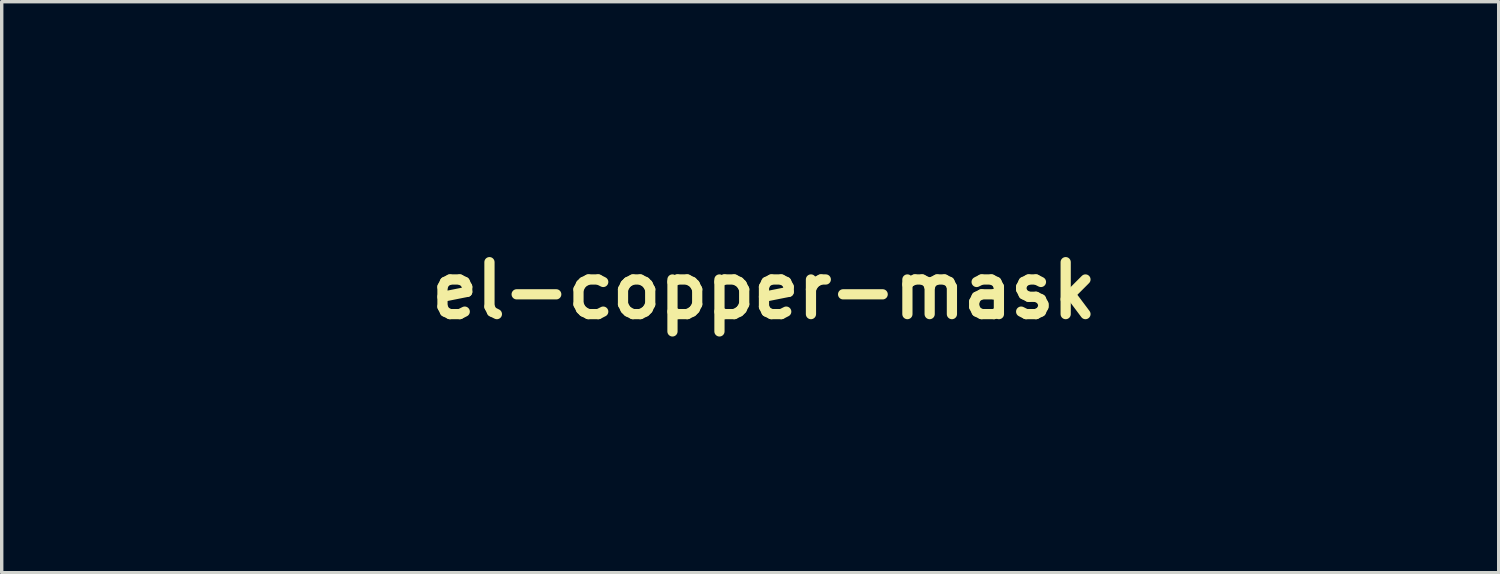
<source format=kicad_pcb>
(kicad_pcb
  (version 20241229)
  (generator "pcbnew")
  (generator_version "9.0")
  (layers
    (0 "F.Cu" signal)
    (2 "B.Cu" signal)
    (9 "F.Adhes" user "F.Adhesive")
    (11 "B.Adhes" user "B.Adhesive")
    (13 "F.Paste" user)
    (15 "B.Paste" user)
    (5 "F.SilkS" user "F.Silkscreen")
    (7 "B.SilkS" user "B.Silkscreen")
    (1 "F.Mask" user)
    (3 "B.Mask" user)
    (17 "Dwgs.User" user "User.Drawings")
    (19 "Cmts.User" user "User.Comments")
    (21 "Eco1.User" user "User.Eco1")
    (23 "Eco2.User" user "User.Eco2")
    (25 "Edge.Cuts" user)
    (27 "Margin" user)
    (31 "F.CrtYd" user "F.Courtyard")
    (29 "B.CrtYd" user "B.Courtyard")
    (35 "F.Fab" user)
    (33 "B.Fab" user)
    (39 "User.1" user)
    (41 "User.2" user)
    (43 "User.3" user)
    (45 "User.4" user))
  (footprint "el-copper-mask"
    (layer "F.Cu")
    (at 19.369 5.478)
    (property "Reference" "el-copper-mask" (at 0 0 0) (layer "F.SilkS") (effects (font (size 1.524 1.524) (thickness 0.3))))
    (attr board_only exclude_from_pos_files exclude_from_bom)
    (fp_poly (pts (xy -9.131 0.415) (xy -9.214 0.498) (xy -9.297 0.415) (xy -9.214 0.332)) (stroke (width 0) (type solid)) (fill yes) (layer "F.Mask"))
    (fp_poly (pts (xy -8.799 0.083) (xy -8.882 0.166) (xy -8.965 0.083) (xy -8.882 0)) (stroke (width 0) (type solid)) (fill yes) (layer "F.Mask"))
    (fp_poly (pts (xy -8.135 -3.237) (xy -8.218 -3.154) (xy -8.301 -3.237) (xy -8.218 -3.32)) (stroke (width 0) (type solid)) (fill yes) (layer "F.Mask"))
    (fp_poly (pts (xy -7.637 -1.577) (xy -7.72 -1.494) (xy -7.803 -1.577) (xy -7.72 -1.66)) (stroke (width 0) (type solid)) (fill yes) (layer "F.Mask"))
    (fp_poly (pts (xy -7.637 -0.249) (xy -7.72 -0.166) (xy -7.803 -0.249) (xy -7.72 -0.332)) (stroke (width 0) (type solid)) (fill yes) (layer "F.Mask"))
    (fp_poly (pts (xy -6.142 3.403) (xy -6.225 3.486) (xy -6.308 3.403) (xy -6.225 3.32)) (stroke (width 0) (type solid)) (fill yes) (layer "F.Mask"))
    (fp_poly (pts (xy -4.814 0.249) (xy -4.897 0.332) (xy -4.98 0.249) (xy -4.897 0.166)) (stroke (width 0) (type solid)) (fill yes) (layer "F.Mask"))
    (fp_poly (pts (xy -1.992 2.075) (xy -2.075 2.158) (xy -2.158 2.075) (xy -2.075 1.992)) (stroke (width 0) (type solid)) (fill yes) (layer "F.Mask"))
    (fp_poly (pts (xy -1.66 0.415) (xy -1.743 0.498) (xy -1.826 0.415) (xy -1.743 0.332)) (stroke (width 0) (type solid)) (fill yes) (layer "F.Mask"))
    (fp_poly (pts (xy -0.83 -0.581) (xy -0.913 -0.498) (xy -0.996 -0.581) (xy -0.913 -0.664)) (stroke (width 0) (type solid)) (fill yes) (layer "F.Mask"))
    (fp_poly (pts (xy 0.498 2.905) (xy 0.415 2.988) (xy 0.332 2.905) (xy 0.415 2.822)) (stroke (width 0) (type solid)) (fill yes) (layer "F.Mask"))
    (fp_poly (pts (xy 4.482 0.581) (xy 4.399 0.664) (xy 4.316 0.581) (xy 4.399 0.498)) (stroke (width 0) (type solid)) (fill yes) (layer "F.Mask"))
    (fp_poly (pts (xy 15.439 4.731) (xy 15.356 4.814) (xy 15.273 4.731) (xy 15.356 4.648)) (stroke (width 0) (type solid)) (fill yes) (layer "F.Mask"))
    (fp_poly (pts (xy -9.352 -0.775) (xy -9.375 -0.676) (xy -9.463 -0.664) (xy -9.599 -0.725) (xy -9.573 -0.775) (xy -9.376 -0.795)) (stroke (width 0) (type solid)) (fill yes) (layer "F.Mask"))
    (fp_poly (pts (xy -9.186 -0.111) (xy -9.166 0.086) (xy -9.186 0.111) (xy -9.285 0.088) (xy -9.297 0) (xy -9.236 -0.137)) (stroke (width 0) (type solid)) (fill yes) (layer "F.Mask"))
    (fp_poly (pts (xy -5.723 1.36) (xy -5.773 1.484) (xy -5.928 1.566) (xy -6.122 1.617) (xy -6.042 1.495) (xy -6.021 1.474) (xy -5.803 1.342)) (stroke (width 0) (type solid)) (fill yes) (layer "F.Mask"))
    (fp_poly (pts (xy -4.767 2.279) (xy -4.731 2.324) (xy -4.673 2.473) (xy -4.83 2.417) (xy -4.98 2.324) (xy -5.108 2.191) (xy -5.032 2.161)) (stroke (width 0) (type solid)) (fill yes) (layer "F.Mask"))
    (fp_poly (pts (xy -2.043 0.752) (xy -2.138 0.874) (xy -2.277 0.979) (xy -2.242 0.813) (xy -2.231 0.781) (xy -2.099 0.578) (xy -2.024 0.577)) (stroke (width 0) (type solid)) (fill yes) (layer "F.Mask"))
    (fp_poly (pts (xy 3.368 -2.203) (xy 3.403 -2.158) (xy 3.462 -2.009) (xy 3.305 -2.065) (xy 3.154 -2.158) (xy 3.027 -2.291) (xy 3.103 -2.322)) (stroke (width 0) (type solid)) (fill yes) (layer "F.Mask"))
    (fp_poly (pts (xy -9.568 -1.323) (xy -9.593 -1.147) (xy -9.725 -0.923) (xy -9.9 -0.735) (xy -9.958 -0.757) (xy -9.884 -1.01) (xy -9.728 -1.247) (xy -9.585 -1.334)) (stroke (width 0) (type solid)) (fill yes) (layer "F.Mask"))
    (fp_poly (pts (xy -8.638 -0.913) (xy -8.72 -0.64) (xy -8.799 -0.498) (xy -8.93 -0.365) (xy -8.96 -0.415) (xy -8.877 -0.688) (xy -8.799 -0.83) (xy -8.667 -0.963)) (stroke (width 0) (type solid)) (fill yes) (layer "F.Mask"))
    (fp_poly (pts (xy -5.697 -3.047) (xy -5.727 -2.988) (xy -5.884 -2.83) (xy -5.913 -2.822) (xy -5.924 -2.929) (xy -5.893 -2.988) (xy -5.737 -3.147) (xy -5.708 -3.154)) (stroke (width 0) (type solid)) (fill yes) (layer "F.Mask"))
    (fp_poly (pts (xy -1.546 2.265) (xy -1.577 2.324) (xy -1.734 2.483) (xy -1.763 2.49) (xy -1.774 2.383) (xy -1.743 2.324) (xy -1.587 2.166) (xy -1.558 2.158)) (stroke (width 0) (type solid)) (fill yes) (layer "F.Mask"))
    (fp_poly (pts (xy -1.405 1.639) (xy -1.42 1.675) (xy -1.649 1.81) (xy -1.781 1.826) (xy -1.952 1.772) (xy -1.932 1.711) (xy -1.717 1.59) (xy -1.494 1.563)) (stroke (width 0) (type solid)) (fill yes) (layer "F.Mask"))
    (fp_poly (pts (xy -1.141 0.428) (xy -1.058 0.603) (xy -1.207 0.772) (xy -1.441 0.83) (xy -1.609 0.785) (xy -1.51 0.6) (xy -1.496 0.583) (xy -1.261 0.419)) (stroke (width 0) (type solid)) (fill yes) (layer "F.Mask"))
    (fp_poly (pts (xy -1.053 -0.23) (xy -1.079 -0.166) (xy -1.228 -0.008) (xy -1.255 0) (xy -1.326 -0.128) (xy -1.328 -0.166) (xy -1.2 -0.326) (xy -1.152 -0.332)) (stroke (width 0) (type solid)) (fill yes) (layer "F.Mask"))
    (fp_poly (pts (xy -0.389 0.268) (xy -0.415 0.332) (xy -0.564 0.49) (xy -0.591 0.498) (xy -0.662 0.37) (xy -0.664 0.332) (xy -0.536 0.172) (xy -0.488 0.166)) (stroke (width 0) (type solid)) (fill yes) (layer "F.Mask"))
    (fp_poly (pts (xy 17.739 4.068) (xy 17.691 4.33) (xy 17.625 4.443) (xy 17.448 4.569) (xy 17.379 4.54) (xy 17.265 4.273) (xy 17.359 4.041) (xy 17.514 3.984)) (stroke (width 0) (type solid)) (fill yes) (layer "F.Mask"))
    (fp_poly (pts (xy -8.552 -3.49) (xy -8.55 -3.302) (xy -8.747 -3.24) (xy -8.945 -3.308) (xy -9.027 -3.403) (xy -8.799 -3.403) (xy -8.716 -3.32) (xy -8.633 -3.403) (xy -8.716 -3.486) (xy -8.799 -3.403) (xy -9.027 -3.403) (xy -9.059 -3.441) (xy -8.901 -3.539) (xy -8.631 -3.55)) (stroke (width 0) (type solid)) (fill yes) (layer "F.Mask"))
    (fp_poly (pts (xy -5.924 -2.26) (xy -5.918 -2.01) (xy -6.042 -1.872) (xy -6.201 -1.952) (xy -6.203 -1.956) (xy -6.203 -2.075) (xy -6.142 -2.075) (xy -6.059 -1.992) (xy -5.976 -2.075) (xy -6.059 -2.158) (xy -6.142 -2.075) (xy -6.203 -2.075) (xy -6.203 -2.199) (xy -6.155 -2.305) (xy -6.022 -2.418)) (stroke (width 0) (type solid)) (fill yes) (layer "F.Mask"))
    (fp_poly (pts (xy -10.307 2.407) (xy -10.43 2.69) (xy -10.62 2.945) (xy -10.821 3.23) (xy -10.749 3.376) (xy -10.744 3.378) (xy -10.719 3.444) (xy -10.91 3.473) (xy -11.179 3.415) (xy -11.188 3.25) (xy -10.96 2.977) (xy -10.861 2.923) (xy -10.648 2.703) (xy -10.625 2.588) (xy -10.526 2.303) (xy -10.459 2.241) (xy -10.309 2.227)) (stroke (width 0) (type solid)) (fill yes) (layer "F.Mask"))
    (fp_poly (pts (xy -9.547 -0.186) (xy -9.497 0.173) (xy -9.496 0.249) (xy -9.568 0.656) (xy -9.743 0.847) (xy -9.961 0.774) (xy -10.037 0.676) (xy -10.027 0.581) (xy -9.961 0.581) (xy -9.878 0.664) (xy -9.795 0.581) (xy -9.878 0.498) (xy -9.961 0.581) (xy -10.027 0.581) (xy -10.016 0.462) (xy -9.963 0.417) (xy -9.822 0.181) (xy -9.795 -0.01) (xy -9.73 -0.274) (xy -9.645 -0.332)) (stroke (width 0) (type solid)) (fill yes) (layer "F.Mask"))
    (fp_poly (pts (xy -7.862 -2.863) (xy -7.635 -2.673) (xy -7.617 -2.604) (xy -7.668 -2.076) (xy -7.902 -1.751) (xy -8.251 -1.669) (xy -8.652 -1.872) (xy -8.704 -1.921) (xy -8.89 -2.221) (xy -8.611 -2.221) (xy -8.516 -2.097) (xy -8.246 -2.019) (xy -7.953 -2.127) (xy -7.851 -2.262) (xy -7.942 -2.402) (xy -8.211 -2.449) (xy -8.563 -2.39) (xy -8.611 -2.221) (xy -8.89 -2.221) (xy -8.942 -2.306) (xy -8.859 -2.643) (xy -8.626 -2.826) (xy -8.237 -2.924)) (stroke (width 0) (type solid)) (fill yes) (layer "F.Mask"))
    (fp_poly (pts (xy -5.945 -5.437) (xy -5.373 -5.329) (xy -4.843 -5.181) (xy -4.438 -5.016) (xy -4.24 -4.862) (xy -4.242 -4.801) (xy -4.198 -4.726) (xy -4.049 -4.761) (xy -3.856 -4.794) (xy -3.9 -4.651) (xy -3.946 -4.51) (xy -3.834 -4.555) (xy -3.579 -4.547) (xy -3.177 -4.37) (xy -3.012 -4.269) (xy -2.087 -3.692) (xy -1.289 -3.298) (xy -0.5 -3.046) (xy 0.398 -2.895) (xy 1.281 -2.821) (xy 2.118 -2.762) (xy 2.701 -2.695) (xy 3.108 -2.603) (xy 3.418 -2.468) (xy 3.709 -2.272) (xy 3.726 -2.26) (xy 4.338 -1.652) (xy 4.849 -0.822) (xy 5.281 0.271) (xy 5.487 0.972) (xy 5.892 2.145) (xy 6.409 3.077) (xy 7.018 3.734) (xy 7.395 3.972) (xy 7.644 4.053) (xy 8.035 4.116) (xy 8.607 4.162) (xy 9.398 4.193) (xy 10.447 4.212) (xy 11.704 4.221) (xy 12.935 4.223) (xy 13.884 4.219) (xy 14.599 4.204) (xy 15.129 4.174) (xy 15.523 4.127) (xy 15.832 4.057) (xy 16.102 3.961) (xy 16.332 3.86) (xy 17.041 3.581) (xy 17.576 3.504) (xy 18.023 3.624) (xy 18.234 3.751) (xy 18.532 4.111) (xy 18.561 4.455) (xy 18.472 4.754) (xy 18.23 4.922) (xy 17.846 5.015) (xy 17.432 5.067) (xy 16.816 5.104) (xy 15.978 5.128) (xy 14.896 5.137) (xy 13.551 5.133) (xy 11.922 5.115) (xy 9.989 5.084) (xy 9.297 5.071) (xy 7.318 5.038) (xy 5.224 5.013) (xy 3.054 4.995) (xy 0.851 4.984) (xy -1.346 4.981) (xy -3.495 4.985) (xy -5.555 4.995) (xy -7.485 5.013) (xy -9.244 5.037) (xy -10.792 5.068) (xy -12.086 5.105) (xy -13.024 5.145) (xy -14.601 5.218) (xy -15.999 5.262) (xy -17.192 5.278) (xy -18.153 5.265) (xy -18.854 5.224) (xy -19.268 5.154) (xy -19.369 5.098) (xy -19.349 4.858) (xy -19.201 4.713) (xy -17.178 4.713) (xy -17.029 4.76) (xy -16.584 4.788) (xy -15.965 4.8) (xy -15.207 4.796) (xy -14.738 4.762) (xy -14.515 4.694) (xy -14.502 4.651) (xy -14.36 4.651) (xy -14.157 4.621) (xy -11.706 4.621) (xy -11.698 4.658) (xy -11.476 4.743) (xy -10.974 4.786) (xy -10.24 4.789) (xy -9.323 4.751) (xy -8.401 4.682) (xy -5.928 4.682) (xy -5.724 4.715) (xy -5.256 4.743) (xy -4.578 4.767) (xy -3.744 4.786) (xy -2.806 4.801) (xy -1.82 4.809) (xy -0.838 4.812) (xy 0.085 4.809) (xy 0.898 4.8) (xy 1.545 4.784) (xy 1.973 4.761) (xy 2.128 4.731) (xy 2.127 4.727) (xy 1.957 4.704) (xy 3.21 4.704) (xy 3.232 4.802) (xy 3.32 4.814) (xy 3.457 4.754) (xy 3.456 4.752) (xy 3.961 4.752) (xy 4.182 4.781) (xy 4.233 4.782) (xy 4.502 4.765) (xy 4.918 4.765) (xy 5.146 4.788) (xy 5.382 4.762) (xy 5.372 4.741) (xy 5.845 4.741) (xy 6.044 4.768) (xy 6.225 4.773) (xy 6.567 4.759) (xy 6.632 4.731) (xy 8.301 4.731) (xy 8.384 4.814) (xy 8.467 4.731) (xy 8.439 4.704) (xy 9.352 4.704) (xy 9.375 4.802) (xy 9.463 4.814) (xy 9.599 4.754) (xy 9.588 4.731) (xy 11.787 4.731) (xy 11.87 4.814) (xy 11.953 4.731) (xy 11.953 4.731) (xy 15.107 4.731) (xy 15.213 4.855) (xy 15.637 4.908) (xy 16.383 4.892) (xy 16.477 4.886) (xy 17.152 4.837) (xy 17.722 4.78) (xy 18.088 4.726) (xy 18.137 4.714) (xy 18.41 4.526) (xy 18.436 4.26) (xy 18.264 3.993) (xy 17.941 3.799) (xy 17.515 3.752) (xy 17.514 3.752) (xy 17.149 3.837) (xy 16.611 4.008) (xy 16.031 4.218) (xy 15.541 4.42) (xy 15.315 4.536) (xy 15.107 4.731) (xy 11.953 4.731) (xy 11.87 4.648) (xy 11.787 4.731) (xy 9.588 4.731) (xy 9.573 4.704) (xy 9.376 4.684) (xy 9.352 4.704) (xy 8.439 4.704) (xy 8.384 4.648) (xy 8.301 4.731) (xy 6.632 4.731) (xy 6.655 4.722) (xy 6.601 4.7) (xy 6.202 4.669) (xy 5.937 4.697) (xy 5.845 4.741) (xy 5.372 4.741) (xy 5.354 4.704) (xy 5.014 4.683) (xy 4.939 4.704) (xy 4.918 4.765) (xy 4.502 4.765) (xy 4.517 4.764) (xy 4.542 4.712) (xy 4.527 4.705) (xy 4.197 4.673) (xy 4.029 4.699) (xy 3.961 4.752) (xy 3.456 4.752) (xy 3.431 4.704) (xy 3.234 4.684) (xy 3.21 4.704) (xy 1.957 4.704) (xy 1.943 4.702) (xy 1.474 4.676) (xy 0.765 4.65) (xy -0.138 4.627) (xy -1.188 4.608) (xy -2.045 4.597) (xy -3.156 4.59) (xy -4.136 4.594) (xy -4.944 4.606) (xy -5.536 4.627) (xy -5.872 4.655) (xy -5.928 4.682) (xy -8.401 4.682) (xy -8.271 4.672) (xy -7.969 4.644) (xy -7.478 4.593) (xy -7.232 4.559) (xy -7.248 4.539) (xy -7.544 4.533) (xy -8.136 4.539) (xy -9.043 4.555) (xy -9.048 4.555) (xy -9.974 4.568) (xy -10.575 4.564) (xy -10.848 4.542) (xy -10.792 4.504) (xy -10.66 4.482) (xy 4.482 4.482) (xy 6.338 4.482) (xy 5.929 3.996) (xy 5.634 3.565) (xy 5.316 2.978) (xy 5.137 2.585) (xy 4.913 2.096) (xy 4.721 1.761) (xy 4.618 1.66) (xy 4.557 1.813) (xy 4.51 2.222) (xy 4.485 2.811) (xy 4.482 3.071) (xy 4.482 4.482) (xy -10.66 4.482) (xy -10.625 4.477) (xy -9.921 4.397) (xy -9.193 4.343) (xy -8.915 4.333) (xy -8.425 4.304) (xy -8.421 4.303) (xy -5.146 4.303) (xy -4.988 4.332) (xy -4.548 4.358) (xy -3.876 4.379) (xy -3.02 4.393) (xy -2.031 4.399) (xy -1.826 4.399) (xy -0.696 4.398) (xy 0.145 4.39) (xy 0.739 4.371) (xy 1.128 4.339) (xy 1.355 4.29) (xy 1.463 4.218) (xy 1.494 4.121) (xy 1.494 4.098) (xy 1.572 3.708) (xy 1.679 3.451) (xy 1.781 3.206) (xy 1.655 3.169) (xy 1.471 3.214) (xy 0.181 3.42) (xy -1.218 3.37) (xy -1.992 3.235) (xy -2.864 3.04) (xy -3.463 2.916) (xy -3.841 2.856) (xy -4.048 2.857) (xy -4.136 2.912) (xy -4.155 3.011) (xy -4.269 3.262) (xy -4.547 3.612) (xy -4.653 3.721) (xy -4.96 4.044) (xy -5.132 4.266) (xy -5.146 4.303) (xy -8.421 4.303) (xy -8.157 4.203) (xy -8.001 3.967) (xy -7.929 3.777) (xy -7.745 3.325) (xy -7.472 2.74) (xy -7.272 2.346) (xy -7.019 1.857) (xy -6.915 1.6) (xy -6.951 1.516) (xy -7.12 1.545) (xy -7.179 1.561) (xy -7.567 1.665) (xy -8.107 1.801) (xy -8.342 1.859) (xy -8.798 1.996) (xy -9.083 2.133) (xy -9.131 2.194) (xy -9.249 2.428) (xy -9.557 2.799) (xy -9.981 3.235) (xy -10.452 3.667) (xy -10.896 4.025) (xy -11.219 4.228) (xy -11.562 4.438) (xy -11.706 4.621) (xy -14.157 4.621) (xy -13.8 4.567) (xy -13.354 4.508) (xy -13.039 4.482) (xy -13.029 4.482) (xy -12.794 4.348) (xy -12.725 4.233) (xy -12.285 4.233) (xy -12.202 4.316) (xy -12.119 4.233) (xy -12.202 4.15) (xy -12.285 4.233) (xy -12.725 4.233) (xy -12.719 4.222) (xy -12.731 4.063) (xy -12.966 4.067) (xy -13.447 4.238) (xy -13.862 4.421) (xy -14.36 4.651) (xy -14.502 4.651) (xy -14.488 4.607) (xy -14.681 4.505) (xy -15.108 4.454) (xy -15.676 4.453) (xy -16.291 4.501) (xy -16.86 4.596) (xy -17.048 4.646) (xy -17.178 4.713) (xy -19.201 4.713) (xy -19.075 4.59) (xy -18.611 4.352) (xy -18.504 4.314) (xy -18.115 4.23) (xy -17.485 4.142) (xy -16.706 4.062) (xy -15.976 4.006) (xy -14.833 3.913) (xy -14.812 3.91) (xy -12.451 3.91) (xy -12.323 3.898) (xy -12.007 3.763) (xy -11.934 3.725) (xy -11.51 3.563) (xy -11.255 3.621) (xy -11.237 3.638) (xy -11.157 3.79) (xy -11.283 3.818) (xy -11.43 3.873) (xy -11.409 3.919) (xy -11.216 3.901) (xy -10.872 3.702) (xy -10.456 3.384) (xy -10.045 3.007) (xy -9.716 2.632) (xy -9.66 2.55) (xy -9.307 2.012) (xy -9.829 1.961) (xy -10.279 1.854) (xy -10.361 1.768) (xy -9.671 1.768) (xy -9.469 1.802) (xy -9.368 1.807) (xy -8.916 1.77) (xy -8.318 1.655) (xy -7.957 1.56) (xy -7.231 1.313) (xy -6.82 1.088) (xy -6.709 0.878) (xy -6.735 0.811) (xy -6.969 0.672) (xy -7.29 0.842) (xy -7.338 0.887) (xy -7.626 1.063) (xy -8.135 1.28) (xy -8.763 1.498) (xy -9.408 1.681) (xy -9.546 1.713) (xy -9.671 1.768) (xy -10.361 1.768) (xy -10.428 1.698) (xy -10.276 1.556) (xy -9.824 1.494) (xy -9.822 1.494) (xy -9.199 1.458) (xy -8.787 1.312) (xy -8.593 1.121) (xy -8.261 1.121) (xy -8.207 1.162) (xy -8.022 1.081) (xy -7.715 0.895) (xy -7.451 0.647) (xy -7.414 0.459) (xy -7.586 0.413) (xy -7.793 0.493) (xy -8.023 0.683) (xy -8.202 0.929) (xy -8.261 1.121) (xy -8.593 1.121) (xy -8.469 0.998) (xy -8.29 0.731) (xy -7.989 0.341) (xy -7.653 0.184) (xy -7.4 0.166) (xy -6.843 0.292) (xy -6.553 0.503) (xy -6.415 0.676) (xy -6.365 0.851) (xy -6.419 1.101) (xy -6.594 1.495) (xy -6.905 2.106) (xy -6.942 2.177) (xy -7.333 2.947) (xy -7.556 3.473) (xy -7.603 3.804) (xy -7.465 3.988) (xy -7.132 4.073) (xy -6.597 4.107) (xy -6.586 4.107) (xy -5.785 4.082) (xy -5.263 3.927) (xy -4.988 3.632) (xy -4.948 3.505) (xy -4.727 3.089) (xy -4.329 2.713) (xy -3.891 2.501) (xy -3.815 2.489) (xy -3.301 2.468) (xy -3.072 2.528) (xy -3.085 2.678) (xy -3.087 2.682) (xy -3.107 2.796) (xy -3.02 2.759) (xy -2.767 2.738) (xy -2.315 2.806) (xy -1.956 2.896) (xy -1.312 3.037) (xy -0.648 3.111) (xy -0.05 3.117) (xy 0.394 3.054) (xy 0.597 2.925) (xy 0.742 2.822) (xy 1.992 2.822) (xy 2.053 2.959) (xy 2.103 2.933) (xy 2.123 2.736) (xy 2.103 2.712) (xy 2.004 2.734) (xy 1.992 2.822) (xy 0.742 2.822) (xy 0.796 2.784) (xy 1.177 2.703) (xy 1.182 2.703) (xy 1.621 2.62) (xy 1.916 2.484) (xy 2.147 2.459) (xy 2.384 2.648) (xy 2.553 2.945) (xy 2.581 3.242) (xy 2.515 3.362) (xy 2.356 3.455) (xy 2.32 3.312) (xy 2.238 3.274) (xy 2.051 3.422) (xy 1.842 3.667) (xy 1.692 3.918) (xy 1.664 4.026) (xy 1.773 4.162) (xy 2.059 4.122) (xy 2.434 3.937) (xy 2.813 3.636) (xy 2.82 3.629) (xy 3.178 3.313) (xy 3.41 3.234) (xy 3.538 3.307) (xy 3.634 3.44) (xy 3.457 3.4) (xy 3.445 3.395) (xy 3.192 3.407) (xy 3.117 3.693) (xy 3.135 3.86) (xy 3.041 3.966) (xy 3.03 3.965) (xy 2.688 3.967) (xy 2.552 4.082) (xy 2.573 4.15) (xy 2.785 4.245) (xy 3.214 4.306) (xy 3.52 4.316) (xy 4.364 4.316) (xy 4.257 3.168) (xy 4.217 2.551) (xy 4.215 2.043) (xy 4.251 1.756) (xy 4.463 1.52) (xy 4.764 1.572) (xy 5.069 1.868) (xy 5.256 2.106) (xy 5.294 2.079) (xy 5.255 1.909) (xy 5.16 1.546) (xy 5.026 1.03) (xy 4.975 0.83) (xy 4.751 0.166) (xy 4.98 0.166) (xy 5.041 0.303) (xy 5.091 0.277) (xy 5.111 0.08) (xy 5.091 0.055) (xy 4.992 0.078) (xy 4.98 0.166) (xy 4.751 0.166) (xy 4.626 -0.203) (xy 4.155 -0.959) (xy 3.516 -1.473) (xy 2.662 -1.786) (xy 1.598 -1.931) (xy 0.766 -2.007) (xy -0.096 -2.12) (xy -0.917 -2.256) (xy -1.623 -2.402) (xy -2.142 -2.544) (xy -2.399 -2.666) (xy -2.691 -2.803) (xy -2.85 -2.822) (xy -3.133 -2.934) (xy -3.522 -3.216) (xy -3.724 -3.403) (xy -3.87 -3.533) (xy -2.642 -3.533) (xy -2.631 -3.473) (xy -2.454 -3.282) (xy -2.061 -3.018) (xy -1.589 -2.763) (xy -1.042 -2.526) (xy -0.49 -2.363) (xy 0.171 -2.252) (xy 1.049 -2.17) (xy 1.144 -2.163) (xy 2.265 -2.049) (xy 3.108 -1.879) (xy 3.725 -1.636) (xy 4.169 -1.3) (xy 4.395 -1.016) (xy 4.625 -0.707) (xy 4.778 -0.582) (xy 4.793 -0.587) (xy 4.748 -0.751) (xy 4.556 -1.091) (xy 4.399 -1.328) (xy 4.118 -1.697) (xy 3.911 -1.901) (xy 3.852 -1.915) (xy 3.703 -1.959) (xy 3.567 -2.106) (xy 3.406 -2.236) (xy 3.108 -2.327) (xy 2.613 -2.389) (xy 1.863 -2.433) (xy 1.558 -2.444) (xy 0.29 -2.533) (xy -0.724 -2.712) (xy -1.553 -2.998) (xy -2.223 -3.378) (xy -2.542 -3.566) (xy -2.642 -3.533) (xy -3.87 -3.533) (xy -4.088 -3.728) (xy -4.397 -3.937) (xy -4.589 -4.002) (xy -4.605 -3.892) (xy -4.565 -3.818) (xy -4.589 -3.666) (xy -4.657 -3.652) (xy -4.684 -3.565) (xy -4.49 -3.352) (xy -4.459 -3.326) (xy -4.221 -3.1) (xy -4.174 -2.995) (xy -4.18 -2.994) (xy -4.212 -2.852) (xy -4.143 -2.513) (xy -4.123 -2.449) (xy -3.968 -1.895) (xy -3.829 -1.306) (xy -3.826 -1.291) (xy -3.769 -0.861) (xy -3.863 -0.601) (xy -4.132 -0.382) (xy -4.478 -0.192) (xy -4.709 -0.136) (xy -4.712 -0.136) (xy -4.944 -0.129) (xy -5.388 -0.064) (xy -5.769 0.009) (xy -6.317 0.106) (xy -6.649 0.106) (xy -6.867 0.003) (xy -6.943 -0.065) (xy -7.129 -0.463) (xy -7.186 -1.133) (xy -7.136 -1.826) (xy -7.15 -2.156) (xy -7.224 -2.608) (xy -7.228 -2.622) (xy -7.278 -2.978) (xy -6.896 -2.978) (xy -6.852 -2.804) (xy -6.668 -2.711) (xy -6.437 -2.595) (xy -6.436 -2.355) (xy -6.486 -2.211) (xy -6.574 -1.854) (xy -6.556 -1.658) (xy -6.587 -1.458) (xy -6.648 -1.407) (xy -6.773 -1.163) (xy -6.758 -0.791) (xy -6.625 -0.449) (xy -6.475 -0.311) (xy -6.123 -0.293) (xy -5.946 -0.353) (xy -5.561 -0.467) (xy -5.24 -0.498) (xy -4.903 -0.58) (xy -4.814 -0.737) (xy -4.723 -1.013) (xy -4.664 -1.07) (xy -4.575 -1.01) (xy -4.586 -0.789) (xy -4.627 -0.54) (xy -4.578 -0.603) (xy -4.514 -0.747) (xy -4.413 -1.243) (xy -4.434 -2.003) (xy -4.461 -2.26) (xy -4.562 -2.504) (xy -4.787 -2.889) (xy -4.87 -3.016) (xy -5.107 -3.446) (xy -5.216 -3.812) (xy -5.215 -3.884) (xy -5.221 -4.086) (xy -5.268 -4.084) (xy -5.459 -4.086) (xy -5.566 -4.154) (xy -5.812 -4.205) (xy -5.978 -4.066) (xy -6.102 -3.883) (xy -5.981 -3.891) (xy -5.934 -3.909) (xy -5.669 -3.925) (xy -5.594 -3.871) (xy -5.674 -3.765) (xy -5.982 -3.701) (xy -6.316 -3.72) (xy -6.406 -3.878) (xy -6.395 -3.964) (xy -6.441 -4.21) (xy -6.549 -4.261) (xy -6.722 -4.145) (xy -6.704 -3.862) (xy -6.509 -3.504) (xy -6.433 -3.413) (xy -6.19 -3.084) (xy -6.175 -2.914) (xy -6.383 -2.943) (xy -6.464 -2.983) (xy -6.776 -3.068) (xy -6.896 -2.978) (xy -7.278 -2.978) (xy -7.281 -2.996) (xy -7.202 -3.125) (xy -7.119 -3.12) (xy -6.922 -3.194) (xy -6.857 -3.448) (xy -6.912 -3.764) (xy -7.079 -4.019) (xy -7.198 -4.086) (xy -7.494 -4.102) (xy -7.598 -4.016) (xy -7.776 -3.912) (xy -7.924 -3.939) (xy -8.101 -3.96) (xy -8.059 -3.83) (xy -8.017 -3.704) (xy -8.196 -3.764) (xy -8.292 -3.814) (xy -8.623 -3.917) (xy -8.962 -3.802) (xy -9.088 -3.724) (xy -9.369 -3.514) (xy -9.391 -3.37) (xy -9.243 -3.238) (xy -9.022 -2.989) (xy -8.971 -2.757) (xy -9.112 -2.656) (xy -9.244 -2.525) (xy -9.252 -2.449) (xy -9.281 -1.862) (xy -9.421 -1.577) (xy -9.513 -1.549) (xy -9.707 -1.674) (xy -9.74 -1.977) (xy -9.617 -2.349) (xy -9.443 -2.594) (xy -9.231 -2.895) (xy -9.296 -3.071) (xy -9.299 -3.072) (xy -9.479 -3.126) (xy -9.626 -3.009) (xy -9.757 -2.682) (xy -9.888 -2.106) (xy -10.034 -1.245) (xy -10.273 0.146) (xy -10.517 1.246) (xy -10.781 2.092) (xy -11.082 2.726) (xy -11.435 3.187) (xy -11.856 3.515) (xy -11.982 3.584) (xy -12.306 3.775) (xy -12.451 3.906) (xy -12.451 3.91) (xy -14.812 3.91) (xy -13.953 3.767) (xy -13.289 3.525) (xy -13.098 3.378) (xy -12.254 3.378) (xy -12.186 3.399) (xy -11.928 3.26) (xy -11.893 3.237) (xy -11.578 2.929) (xy -11.234 2.443) (xy -11.045 2.1) (xy -10.763 1.344) (xy -10.514 0.318) (xy -10.361 -0.582) (xy -10.222 -1.41) (xy -10.057 -2.192) (xy -9.89 -2.825) (xy -9.786 -3.119) (xy -9.456 -3.651) (xy -8.965 -4.046) (xy -8.268 -4.326) (xy -7.322 -4.509) (xy -6.475 -4.592) (xy -5.728 -4.661) (xy -5.313 -4.739) (xy -5.228 -4.826) (xy -5.473 -4.925) (xy -6.048 -5.035) (xy -6.125 -5.047) (xy -6.831 -5.05) (xy -7.652 -4.899) (xy -8.486 -4.627) (xy -9.227 -4.272) (xy -9.771 -3.87) (xy -9.88 -3.746) (xy -10.31 -3.005) (xy -10.715 -1.939) (xy -11.095 -0.546) (xy -11.302 0.398) (xy -11.527 1.403) (xy -11.759 2.201) (xy -12.037 2.914) (xy -12.254 3.378) (xy -13.098 3.378) (xy -12.793 3.144) (xy -12.417 2.581) (xy -12.113 1.794) (xy -11.834 0.74) (xy -11.706 0.174) (xy -11.319 -1.305) (xy -10.867 -2.555) (xy -10.364 -3.548) (xy -9.823 -4.253) (xy -9.511 -4.511) (xy -8.563 -5.007) (xy -7.518 -5.345) (xy -6.525 -5.478) (xy -6.475 -5.478)) (stroke (width 0) (type solid)) (fill yes) (layer "F.Mask")))
  (gr_rect
    (start -3 -3)
    (end 40.93 13.756)
    (stroke (width 0.1) (type default))
    (fill no)
    (layer "Edge.Cuts")))
</source>
